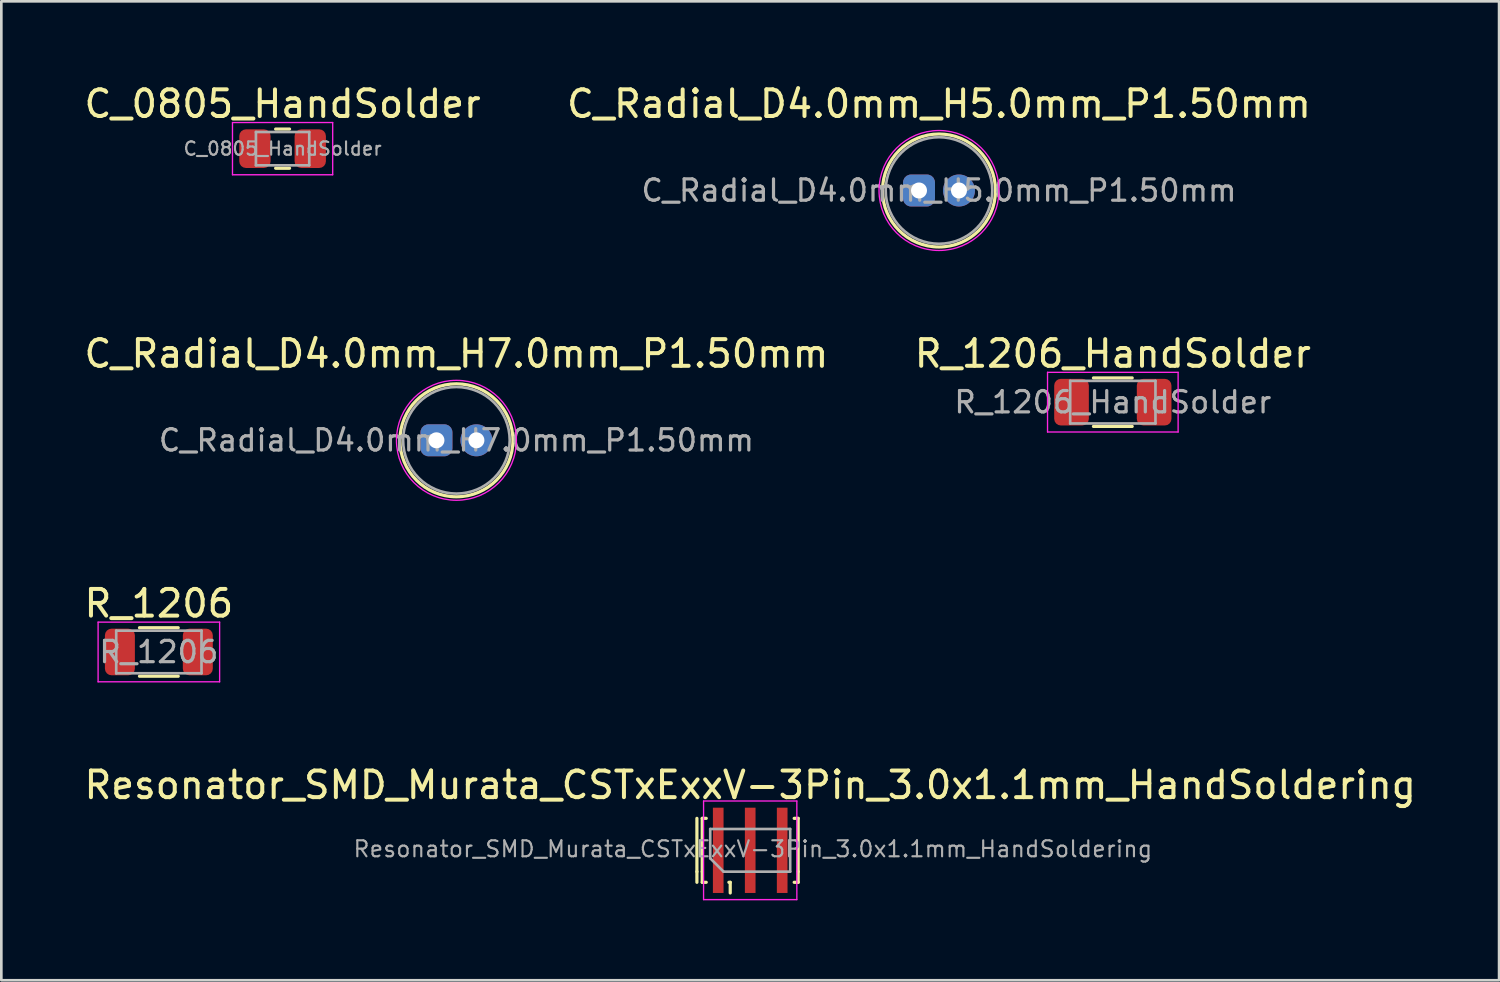
<source format=kicad_pcb>
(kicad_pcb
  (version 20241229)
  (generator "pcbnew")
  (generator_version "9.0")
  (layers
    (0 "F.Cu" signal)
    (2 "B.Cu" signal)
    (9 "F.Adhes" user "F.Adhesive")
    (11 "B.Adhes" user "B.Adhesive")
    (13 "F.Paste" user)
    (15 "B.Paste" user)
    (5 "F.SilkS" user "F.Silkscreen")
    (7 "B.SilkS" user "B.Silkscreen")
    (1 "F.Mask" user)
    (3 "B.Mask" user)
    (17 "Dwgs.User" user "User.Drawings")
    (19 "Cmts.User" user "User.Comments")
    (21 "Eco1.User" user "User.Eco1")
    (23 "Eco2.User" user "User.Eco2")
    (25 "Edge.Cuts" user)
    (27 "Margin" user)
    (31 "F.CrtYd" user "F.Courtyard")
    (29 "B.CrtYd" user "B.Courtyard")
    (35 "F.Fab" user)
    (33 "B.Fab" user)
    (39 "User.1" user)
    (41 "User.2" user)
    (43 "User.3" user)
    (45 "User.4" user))
  (footprint "R_1206_HandSolder"
    (layer "F.Cu")
    (at 38.708 12.041)
    (property "Reference" "R_1206_HandSolder" (at 0 -1.82 0) (layer "F.SilkS") (effects (font (size 1 1) (thickness 0.15))))
    (attr smd)
    (fp_line (start -0.727 -0.91) (end 0.727 -0.91) (stroke (width 0.12) (type solid)) (layer "F.SilkS"))
    (fp_line (start -0.727 0.91) (end 0.727 0.91) (stroke (width 0.12) (type solid)) (layer "F.SilkS"))
    (fp_line (start -2.45 -1.12) (end 2.45 -1.12) (stroke (width 0.05) (type solid)) (layer "F.CrtYd"))
    (fp_line (start -2.45 1.12) (end -2.45 -1.12) (stroke (width 0.05) (type solid)) (layer "F.CrtYd"))
    (fp_line (start 2.45 -1.12) (end 2.45 1.12) (stroke (width 0.05) (type solid)) (layer "F.CrtYd"))
    (fp_line (start 2.45 1.12) (end -2.45 1.12) (stroke (width 0.05) (type solid)) (layer "F.CrtYd"))
    (fp_line (start -1.6 -0.8) (end 1.6 -0.8) (stroke (width 0.1) (type solid)) (layer "F.Fab"))
    (fp_line (start -1.6 0.8) (end -1.6 -0.8) (stroke (width 0.1) (type solid)) (layer "F.Fab"))
    (fp_line (start 1.6 -0.8) (end 1.6 0.8) (stroke (width 0.1) (type solid)) (layer "F.Fab"))
    (fp_line (start 1.6 0.8) (end -1.6 0.8) (stroke (width 0.1) (type solid)) (layer "F.Fab"))
    (fp_text user "${REFERENCE}" (at 0 0 0) (layer "F.Fab") (effects (font (size 0.8 0.8) (thickness 0.12))))
    (pad "1" smd roundrect (at -1.55 0) (size 1.3 1.75) (layers "F.Cu" "F.Mask" "F.Paste") (roundrect_rratio 0.192))
    (pad "2" smd roundrect (at 1.55 0) (size 1.3 1.75) (layers "F.Cu" "F.Mask" "F.Paste") (roundrect_rratio 0.192)))
  (footprint "C_0805_HandSolder"
    (layer "F.Cu")
    (at 7.554 2.528)
    (property "Reference" "C_0805_HandSolder" (at 0 -1.68 0) (layer "F.SilkS") (effects (font (size 1 1) (thickness 0.15))))
    (attr smd)
    (fp_line (start -0.261 -0.735) (end 0.261 -0.735) (stroke (width 0.12) (type solid)) (layer "F.SilkS"))
    (fp_line (start -0.261 0.735) (end 0.261 0.735) (stroke (width 0.12) (type solid)) (layer "F.SilkS"))
    (fp_line (start -1.88 -0.98) (end 1.88 -0.98) (stroke (width 0.05) (type solid)) (layer "F.CrtYd"))
    (fp_line (start -1.88 0.98) (end -1.88 -0.98) (stroke (width 0.05) (type solid)) (layer "F.CrtYd"))
    (fp_line (start 1.88 -0.98) (end 1.88 0.98) (stroke (width 0.05) (type solid)) (layer "F.CrtYd"))
    (fp_line (start 1.88 0.98) (end -1.88 0.98) (stroke (width 0.05) (type solid)) (layer "F.CrtYd"))
    (fp_line (start -1 -0.625) (end 1 -0.625) (stroke (width 0.1) (type solid)) (layer "F.Fab"))
    (fp_line (start -1 0.625) (end -1 -0.625) (stroke (width 0.1) (type solid)) (layer "F.Fab"))
    (fp_line (start 1 -0.625) (end 1 0.625) (stroke (width 0.1) (type solid)) (layer "F.Fab"))
    (fp_line (start 1 0.625) (end -1 0.625) (stroke (width 0.1) (type solid)) (layer "F.Fab"))
    (fp_text user "${REFERENCE}" (at 0 0 0) (layer "F.Fab") (effects (font (size 0.5 0.5) (thickness 0.08))))
    (pad "1" smd roundrect (at -1.038 0) (size 1.175 1.45) (layers "F.Cu" "F.Mask" "F.Paste") (roundrect_rratio 0.213))
    (pad "2" smd roundrect (at 1.038 0) (size 1.175 1.45) (layers "F.Cu" "F.Mask" "F.Paste") (roundrect_rratio 0.213)))
  (footprint "Resonator_SMD_Murata_CSTxExxV-3Pin_3.0x1.1mm_HandSoldering"
    (layer "F.Cu")
    (at 25.101 28.858)
    (property "Reference" "Resonator_SMD_Murata_CSTxExxV-3Pin_3.0x1.1mm_HandSoldering" (at 0 -2.45 0) (layer "F.SilkS") (effects (font (size 1 1) (thickness 0.15))))
    (attr smd)
    (fp_line (start -2 -1.2) (end -2 0.8) (stroke (width 0.12) (type solid)) (layer "F.SilkS"))
    (fp_line (start -2 0.8) (end -2 1.2) (stroke (width 0.12) (type solid)) (layer "F.SilkS"))
    (fp_line (start -1.8 -1.2) (end -1.65 -1.2) (stroke (width 0.12) (type solid)) (layer "F.SilkS"))
    (fp_line (start -1.8 0.8) (end -1.8 -1.2) (stroke (width 0.12) (type solid)) (layer "F.SilkS"))
    (fp_line (start -1.8 0.8) (end -1.8 1.2) (stroke (width 0.12) (type solid)) (layer "F.SilkS"))
    (fp_line (start -1.8 1.2) (end -1.65 1.2) (stroke (width 0.12) (type solid)) (layer "F.SilkS"))
    (fp_line (start -0.75 1.2) (end -0.8 1.2) (stroke (width 0.12) (type solid)) (layer "F.SilkS"))
    (fp_line (start -0.75 1.2) (end -0.75 1.6) (stroke (width 0.12) (type solid)) (layer "F.SilkS"))
    (fp_line (start 1.8 -1.2) (end 1.65 -1.2) (stroke (width 0.12) (type solid)) (layer "F.SilkS"))
    (fp_line (start 1.8 -1.2) (end 1.8 0.8) (stroke (width 0.12) (type solid)) (layer "F.SilkS"))
    (fp_line (start 1.8 0.8) (end 1.8 1.2) (stroke (width 0.12) (type solid)) (layer "F.SilkS"))
    (fp_line (start 1.8 1.2) (end 1.65 1.2) (stroke (width 0.12) (type solid)) (layer "F.SilkS"))
    (fp_line (start -1.75 -1.85) (end 1.75 -1.85) (stroke (width 0.05) (type solid)) (layer "F.CrtYd"))
    (fp_line (start -1.75 1.85) (end -1.75 -1.85) (stroke (width 0.05) (type solid)) (layer "F.CrtYd"))
    (fp_line (start 1.75 -1.85) (end 1.75 1.85) (stroke (width 0.05) (type solid)) (layer "F.CrtYd"))
    (fp_line (start 1.75 1.85) (end -1.75 1.85) (stroke (width 0.05) (type solid)) (layer "F.CrtYd"))
    (fp_line (start -1.5 0.3) (end -1.5 -0.8) (stroke (width 0.1) (type solid)) (layer "F.Fab"))
    (fp_line (start -1 0.8) (end -1.5 0.3) (stroke (width 0.1) (type solid)) (layer "F.Fab"))
    (fp_line (start -1 0.8) (end 1.5 0.8) (stroke (width 0.1) (type solid)) (layer "F.Fab"))
    (fp_line (start 1.5 -0.8) (end -1.5 -0.8) (stroke (width 0.1) (type solid)) (layer "F.Fab"))
    (fp_line (start 1.5 0.8) (end 1.5 -0.8) (stroke (width 0.1) (type solid)) (layer "F.Fab"))
    (fp_text user "${REFERENCE}" (at 0.1 -0.05 0) (layer "F.Fab") (effects (font (size 0.6 0.6) (thickness 0.08))))
    (pad "1" smd rect (at -1.2 0) (size 0.4 3.2) (layers "F.Cu" "F.Mask" "F.Paste"))
    (pad "2" smd rect (at 0 0) (size 0.4 3.2) (layers "F.Cu" "F.Mask" "F.Paste"))
    (pad "3" smd rect (at 1.2 0) (size 0.4 3.2) (layers "F.Cu" "F.Mask" "F.Paste")))
  (footprint "C_Radial_D4.0mm_H7.0mm_P1.50mm"
    (layer "F.Cu")
    (at 13.327 13.472)
    (property "Reference" "C_Radial_D4.0mm_H7.0mm_P1.50mm" (at 0.75 -3.25 0) (layer "F.SilkS") (effects (font (size 1 1) (thickness 0.15))))
    (attr through_hole)
    (fp_circle (center 0.75 0) (end 2.87 0) (stroke (width 0.12) (type solid)) (fill no) (layer "F.SilkS"))
    (fp_circle (center 0.75 0) (end 3 0) (stroke (width 0.05) (type solid)) (fill no) (layer "F.CrtYd"))
    (fp_circle (center 0.75 0) (end 2.75 0) (stroke (width 0.1) (type solid)) (fill no) (layer "F.Fab"))
    (fp_text user "${REFERENCE}" (at 0.75 0 0) (layer "F.Fab") (effects (font (size 0.8 0.8) (thickness 0.12))))
    (pad "1" thru_hole roundrect (at 0 0) (size 1.2 1.2) (drill 0.6) (layers "*.Cu" "*.Mask") (roundrect_rratio 0.25))
    (pad "2" thru_hole circle (at 1.5 0) (size 1.2 1.2) (drill 0.6) (layers "*.Cu" "*.Mask")))
  (footprint "R_1206"
    (layer "F.Cu")
    (at 2.911 21.415)
    (property "Reference" "R_1206" (at 0 -1.82 0) (layer "F.SilkS") (effects (font (size 1 1) (thickness 0.15))))
    (attr smd)
    (fp_line (start -0.727 -0.91) (end 0.727 -0.91) (stroke (width 0.12) (type solid)) (layer "F.SilkS"))
    (fp_line (start -0.727 0.91) (end 0.727 0.91) (stroke (width 0.12) (type solid)) (layer "F.SilkS"))
    (fp_line (start -2.28 -1.12) (end 2.28 -1.12) (stroke (width 0.05) (type solid)) (layer "F.CrtYd"))
    (fp_line (start -2.28 1.12) (end -2.28 -1.12) (stroke (width 0.05) (type solid)) (layer "F.CrtYd"))
    (fp_line (start 2.28 -1.12) (end 2.28 1.12) (stroke (width 0.05) (type solid)) (layer "F.CrtYd"))
    (fp_line (start 2.28 1.12) (end -2.28 1.12) (stroke (width 0.05) (type solid)) (layer "F.CrtYd"))
    (fp_line (start -1.6 -0.8) (end 1.6 -0.8) (stroke (width 0.1) (type solid)) (layer "F.Fab"))
    (fp_line (start -1.6 0.8) (end -1.6 -0.8) (stroke (width 0.1) (type solid)) (layer "F.Fab"))
    (fp_line (start 1.6 -0.8) (end 1.6 0.8) (stroke (width 0.1) (type solid)) (layer "F.Fab"))
    (fp_line (start 1.6 0.8) (end -1.6 0.8) (stroke (width 0.1) (type solid)) (layer "F.Fab"))
    (fp_text user "${REFERENCE}" (at 0 0 0) (layer "F.Fab") (effects (font (size 0.8 0.8) (thickness 0.12))))
    (pad "1" smd roundrect (at -1.462 0) (size 1.125 1.75) (layers "F.Cu" "F.Mask" "F.Paste") (roundrect_rratio 0.222))
    (pad "2" smd roundrect (at 1.462 0) (size 1.125 1.75) (layers "F.Cu" "F.Mask" "F.Paste") (roundrect_rratio 0.222)))
  (footprint "C_Radial_D4.0mm_H5.0mm_P1.50mm"
    (layer "F.Cu")
    (at 31.435 4.098)
    (property "Reference" "C_Radial_D4.0mm_H5.0mm_P1.50mm" (at 0.75 -3.25 0) (layer "F.SilkS") (effects (font (size 1 1) (thickness 0.15))))
    (attr through_hole)
    (fp_circle (center 0.75 0) (end 2.87 0) (stroke (width 0.12) (type solid)) (fill no) (layer "F.SilkS"))
    (fp_circle (center 0.75 0) (end 3 0) (stroke (width 0.05) (type solid)) (fill no) (layer "F.CrtYd"))
    (fp_circle (center 0.75 0) (end 2.75 0) (stroke (width 0.1) (type solid)) (fill no) (layer "F.Fab"))
    (fp_text user "${REFERENCE}" (at 0.75 0 0) (layer "F.Fab") (effects (font (size 0.8 0.8) (thickness 0.12))))
    (pad "1" thru_hole roundrect (at 0 0) (size 1.2 1.2) (drill 0.6) (layers "*.Cu" "*.Mask") (roundrect_rratio 0.25))
    (pad "2" thru_hole circle (at 1.5 0) (size 1.2 1.2) (drill 0.6) (layers "*.Cu" "*.Mask")))
  (gr_rect
    (start -3 -3)
    (end 53.202 33.733)
    (stroke (width 0.1) (type default))
    (fill no)
    (layer "Edge.Cuts")))
</source>
